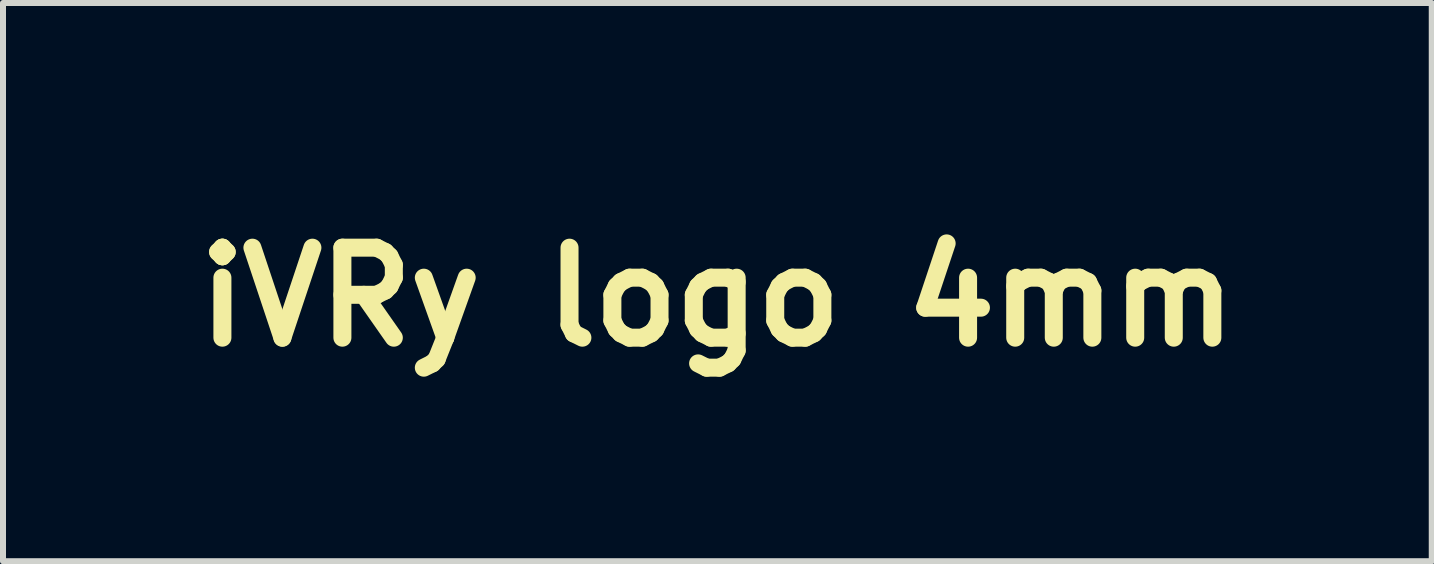
<source format=kicad_pcb>
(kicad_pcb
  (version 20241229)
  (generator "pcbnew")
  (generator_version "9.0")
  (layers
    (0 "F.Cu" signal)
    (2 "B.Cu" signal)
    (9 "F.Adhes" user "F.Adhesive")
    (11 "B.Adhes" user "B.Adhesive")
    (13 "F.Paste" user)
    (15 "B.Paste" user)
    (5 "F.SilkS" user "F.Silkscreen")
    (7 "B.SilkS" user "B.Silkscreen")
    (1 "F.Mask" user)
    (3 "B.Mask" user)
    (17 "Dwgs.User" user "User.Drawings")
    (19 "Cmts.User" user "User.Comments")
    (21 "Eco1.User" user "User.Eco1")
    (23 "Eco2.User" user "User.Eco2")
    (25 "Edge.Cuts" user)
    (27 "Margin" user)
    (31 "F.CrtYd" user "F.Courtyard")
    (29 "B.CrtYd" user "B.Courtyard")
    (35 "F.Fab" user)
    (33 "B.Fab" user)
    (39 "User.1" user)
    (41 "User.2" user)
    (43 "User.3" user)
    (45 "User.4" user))
  (footprint "iVRy logo 4mm"
    (layer "F.Cu")
    (at 8.907 1.9)
    (property "Reference" "iVRy logo 4mm" (at 0 0 0) (layer "F.SilkS") (effects (font (size 1.5 1.5) (thickness 0.3))))
    (attr board_only exclude_from_pos_files exclude_from_bom)
    (fp_poly (pts (xy -1.16 0.615) (xy -1.165 0.62) (xy -1.17 0.615) (xy -1.165 0.61)) (stroke (width 0) (type solid)) (fill yes) (layer "F.Mask"))
    (fp_poly (pts (xy -0.97 0.725) (xy -0.975 0.73) (xy -0.98 0.725) (xy -0.975 0.72)) (stroke (width 0) (type solid)) (fill yes) (layer "F.Mask"))
    (fp_poly (pts (xy -0.94 0.215) (xy -0.945 0.22) (xy -0.95 0.215) (xy -0.945 0.21)) (stroke (width 0) (type solid)) (fill yes) (layer "F.Mask"))
    (fp_poly (pts (xy -0.92 0.185) (xy -0.925 0.19) (xy -0.93 0.185) (xy -0.925 0.18)) (stroke (width 0) (type solid)) (fill yes) (layer "F.Mask"))
    (fp_poly (pts (xy -0.86 0.495) (xy -0.865 0.5) (xy -0.87 0.495) (xy -0.865 0.49)) (stroke (width 0) (type solid)) (fill yes) (layer "F.Mask"))
    (fp_poly (pts (xy -0.84 0.075) (xy -0.845 0.08) (xy -0.85 0.075) (xy -0.845 0.07)) (stroke (width 0) (type solid)) (fill yes) (layer "F.Mask"))
    (fp_poly (pts (xy -0.83 0.055) (xy -0.835 0.06) (xy -0.84 0.055) (xy -0.835 0.05)) (stroke (width 0) (type solid)) (fill yes) (layer "F.Mask"))
    (fp_poly (pts (xy -0.82 0.005) (xy -0.825 0.01) (xy -0.83 0.005) (xy -0.825 0)) (stroke (width 0) (type solid)) (fill yes) (layer "F.Mask"))
    (fp_poly (pts (xy -0.73 -0.155) (xy -0.735 -0.15) (xy -0.74 -0.155) (xy -0.735 -0.16)) (stroke (width 0) (type solid)) (fill yes) (layer "F.Mask"))
    (fp_poly (pts (xy -0.73 -0.115) (xy -0.735 -0.11) (xy -0.74 -0.115) (xy -0.735 -0.12)) (stroke (width 0) (type solid)) (fill yes) (layer "F.Mask"))
    (fp_poly (pts (xy -0.7 0.175) (xy -0.705 0.18) (xy -0.71 0.175) (xy -0.705 0.17)) (stroke (width 0) (type solid)) (fill yes) (layer "F.Mask"))
    (fp_poly (pts (xy -0.69 0.235) (xy -0.695 0.24) (xy -0.7 0.235) (xy -0.695 0.23)) (stroke (width 0) (type solid)) (fill yes) (layer "F.Mask"))
    (fp_poly (pts (xy -0.61 -0.345) (xy -0.615 -0.34) (xy -0.62 -0.345) (xy -0.615 -0.35)) (stroke (width 0) (type solid)) (fill yes) (layer "F.Mask"))
    (fp_poly (pts (xy -0.46 -0.185) (xy -0.465 -0.18) (xy -0.47 -0.185) (xy -0.465 -0.19)) (stroke (width 0) (type solid)) (fill yes) (layer "F.Mask"))
    (fp_poly (pts (xy -0.46 -0.155) (xy -0.465 -0.15) (xy -0.47 -0.155) (xy -0.465 -0.16)) (stroke (width 0) (type solid)) (fill yes) (layer "F.Mask"))
    (fp_poly (pts (xy -0.38 -0.395) (xy -0.385 -0.39) (xy -0.39 -0.395) (xy -0.385 -0.4)) (stroke (width 0) (type solid)) (fill yes) (layer "F.Mask"))
    (fp_poly (pts (xy -0.27 -0.925) (xy -0.275 -0.92) (xy -0.28 -0.925) (xy -0.275 -0.93)) (stroke (width 0) (type solid)) (fill yes) (layer "F.Mask"))
    (fp_poly (pts (xy -0.22 -0.635) (xy -0.225 -0.63) (xy -0.23 -0.635) (xy -0.225 -0.64)) (stroke (width 0) (type solid)) (fill yes) (layer "F.Mask"))
    (fp_poly (pts (xy 1.53 0.875) (xy 1.525 0.88) (xy 1.52 0.875) (xy 1.525 0.87)) (stroke (width 0) (type solid)) (fill yes) (layer "F.Mask"))
    (fp_poly (pts (xy -0.283 -0.895) (xy -0.289 -0.887) (xy -0.297 -0.881) (xy -0.295 -0.891) (xy -0.294 -0.893) (xy -0.286 -0.905) (xy -0.282 -0.905)) (stroke (width 0) (type solid)) (fill yes) (layer "F.Mask"))
    (fp_poly (pts (xy 0.043 -0.192) (xy 0.101 -0.176) (xy 0.155 -0.144) (xy 0.197 -0.102) (xy 0.23 -0.044) (xy 0.245 0.017) (xy 0.244 0.078) (xy 0.228 0.136) (xy 0.199 0.189) (xy 0.157 0.233) (xy 0.104 0.266) (xy 0.042 0.284) (xy 0.023 0.286) (xy -0.04 0.283) (xy -0.079 0.273) (xy -0.136 0.242) (xy -0.183 0.197) (xy -0.215 0.142) (xy -0.233 0.079) (xy -0.233 0.036) (xy -0.104 0.036) (xy -0.098 0.079) (xy -0.095 0.086) (xy -0.07 0.124) (xy -0.035 0.148) (xy 0.005 0.155) (xy 0.046 0.147) (xy 0.082 0.122) (xy 0.108 0.085) (xy 0.116 0.044) (xy 0.107 0.004) (xy 0.082 -0.031) (xy 0.044 -0.056) (xy 0.002 -0.064) (xy -0.037 -0.056) (xy -0.07 -0.034) (xy -0.093 -0.002) (xy -0.104 0.036) (xy -0.233 0.036) (xy -0.233 0.014) (xy -0.231 0.001) (xy -0.21 -0.062) (xy -0.174 -0.114) (xy -0.128 -0.153) (xy -0.075 -0.18) (xy -0.017 -0.193)) (stroke (width 0) (type solid)) (fill yes) (layer "F.Mask"))
    (fp_poly (pts (xy 0.003 -1.898) (xy 0.252 -1.895) (xy 0.308 -1.8) (xy 0.338 -1.748) (xy 0.378 -1.679) (xy 0.427 -1.594) (xy 0.486 -1.493) (xy 0.553 -1.377) (xy 0.628 -1.246) (xy 0.712 -1.101) (xy 0.803 -0.943) (xy 0.901 -0.772) (xy 1.007 -0.589) (xy 1.035 -0.54) (xy 1.134 -0.368) (xy 1.224 -0.212) (xy 1.304 -0.072) (xy 1.376 0.053) (xy 1.44 0.164) (xy 1.497 0.262) (xy 1.546 0.347) (xy 1.588 0.421) (xy 1.624 0.484) (xy 1.655 0.538) (xy 1.68 0.582) (xy 1.701 0.618) (xy 1.717 0.647) (xy 1.729 0.669) (xy 1.738 0.685) (xy 1.744 0.696) (xy 1.748 0.703) (xy 1.749 0.707) (xy 1.75 0.709) (xy 1.745 0.719) (xy 1.731 0.744) (xy 1.711 0.781) (xy 1.684 0.829) (xy 1.652 0.884) (xy 1.626 0.93) (xy 1.503 1.145) (xy 0.002 1.148) (xy -1.499 1.15) (xy -1.514 1.128) (xy -1.533 1.097) (xy -1.557 1.056) (xy -1.562 1.048) (xy -1.447 1.048) (xy -1.444 1.049) (xy -1.434 1.051) (xy -1.414 1.052) (xy -1.386 1.054) (xy -1.347 1.055) (xy -1.298 1.056) (xy -1.237 1.057) (xy -1.163 1.057) (xy -1.075 1.058) (xy -0.974 1.059) (xy -0.857 1.059) (xy -0.725 1.059) (xy -0.576 1.06) (xy -0.409 1.06) (xy -0.224 1.06) (xy -0.02 1.06) (xy -0.001 1.06) (xy 1.45 1.06) (xy 1.475 1.02) (xy 1.49 0.994) (xy 1.501 0.973) (xy 1.502 0.968) (xy 1.509 0.952) (xy 1.511 0.95) (xy 1.519 0.94) (xy 1.534 0.916) (xy 1.553 0.884) (xy 1.559 0.875) (xy 1.599 0.805) (xy 0.301 0.8) (xy -0.997 0.795) (xy -0.955 0.723) (xy -0.863 0.723) (xy -0.853 0.723) (xy -0.824 0.724) (xy -0.778 0.725) (xy -0.717 0.726) (xy -0.641 0.726) (xy -0.553 0.727) (xy -0.453 0.727) (xy -0.344 0.728) (xy -0.226 0.728) (xy -0.102 0.729) (xy 0.028 0.729) (xy 0.162 0.73) (xy 0.299 0.73) (xy 0.437 0.73) (xy 0.574 0.73) (xy 0.71 0.73) (xy 0.842 0.73) (xy 0.97 0.73) (xy 1.091 0.73) (xy 1.205 0.73) (xy 1.31 0.729) (xy 1.404 0.729) (xy 1.486 0.728) (xy 1.555 0.728) (xy 1.609 0.727) (xy 1.647 0.727) (xy 1.667 0.726) (xy 1.67 0.725) (xy 1.665 0.715) (xy 1.652 0.692) (xy 1.634 0.659) (xy 1.621 0.638) (xy 1.61 0.619) (xy 1.589 0.583) (xy 1.56 0.533) (xy 1.523 0.469) (xy 1.479 0.392) (xy 1.428 0.303) (xy 1.371 0.204) (xy 1.309 0.096) (xy 1.242 -0.02) (xy 1.171 -0.142) (xy 1.097 -0.271) (xy 1.021 -0.404) (xy 0.965 -0.5) (xy 0.887 -0.637) (xy 0.81 -0.77) (xy 0.735 -0.899) (xy 0.664 -1.023) (xy 0.596 -1.14) (xy 0.534 -1.249) (xy 0.476 -1.349) (xy 0.424 -1.439) (xy 0.379 -1.517) (xy 0.342 -1.582) (xy 0.312 -1.633) (xy 0.291 -1.668) (xy 0.283 -1.683) (xy 0.208 -1.81) (xy 0.054 -1.81) (xy 0.001 -1.81) (xy -0.044 -1.809) (xy -0.078 -1.808) (xy -0.097 -1.807) (xy -0.1 -1.806) (xy -0.095 -1.797) (xy -0.082 -1.773) (xy -0.062 -1.738) (xy -0.037 -1.694) (xy -0.017 -1.659) (xy 0.012 -1.609) (xy 0.049 -1.546) (xy 0.09 -1.474) (xy 0.134 -1.399) (xy 0.177 -1.324) (xy 0.202 -1.28) (xy 0.247 -1.203) (xy 0.298 -1.114) (xy 0.353 -1.019) (xy 0.407 -0.926) (xy 0.457 -0.838) (xy 0.482 -0.795) (xy 0.523 -0.725) (xy 0.571 -0.641) (xy 0.625 -0.549) (xy 0.68 -0.452) (xy 0.736 -0.355) (xy 0.79 -0.262) (xy 0.82 -0.21) (xy 0.868 -0.127) (xy 0.917 -0.043) (xy 0.965 0.04) (xy 1.01 0.119) (xy 1.05 0.189) (xy 1.084 0.247) (xy 1.106 0.285) (xy 1.2 0.445) (xy 0.243 0.45) (xy -0.714 0.455) (xy -0.791 0.585) (xy -0.817 0.631) (xy -0.839 0.67) (xy -0.855 0.701) (xy -0.863 0.719) (xy -0.863 0.723) (xy -0.955 0.723) (xy -0.927 0.675) (xy -0.9 0.628) (xy -0.876 0.585) (xy -0.856 0.551) (xy -0.843 0.528) (xy -0.841 0.525) (xy -0.828 0.502) (xy -0.809 0.468) (xy -0.787 0.431) (xy -0.784 0.425) (xy -0.742 0.354) (xy -0.692 0.268) (xy -0.637 0.172) (xy -0.577 0.068) (xy -0.564 0.047) (xy -0.49 0.047) (xy -0.483 0.065) (xy -0.465 0.094) (xy -0.437 0.13) (xy -0.402 0.17) (xy -0.364 0.211) (xy -0.334 0.24) (xy -0.252 0.306) (xy -0.168 0.354) (xy -0.082 0.384) (xy 0.004 0.394) (xy 0.09 0.385) (xy 0.142 0.37) (xy 0.222 0.331) (xy 0.302 0.276) (xy 0.38 0.207) (xy 0.451 0.127) (xy 0.466 0.107) (xy 0.51 0.048) (xy 0.478 0.002) (xy 0.456 -0.027) (xy 0.426 -0.064) (xy 0.392 -0.102) (xy 0.381 -0.114) (xy 0.297 -0.191) (xy 0.212 -0.248) (xy 0.126 -0.285) (xy 0.039 -0.302) (xy -0.048 -0.3) (xy -0.135 -0.278) (xy -0.221 -0.236) (xy -0.307 -0.174) (xy -0.33 -0.153) (xy -0.37 -0.114) (xy -0.408 -0.073) (xy -0.441 -0.033) (xy -0.468 0.003) (xy -0.485 0.031) (xy -0.49 0.047) (xy -0.564 0.047) (xy -0.514 -0.04) (xy -0.451 -0.15) (xy -0.422 -0.2) (xy -0.384 -0.267) (xy -0.346 -0.333) (xy -0.311 -0.394) (xy -0.28 -0.447) (xy -0.256 -0.489) (xy -0.243 -0.512) (xy -0.223 -0.549) (xy -0.21 -0.579) (xy -0.205 -0.598) (xy -0.206 -0.601) (xy -0.207 -0.608) (xy -0.202 -0.606) (xy -0.192 -0.611) (xy -0.175 -0.63) (xy -0.156 -0.66) (xy -0.138 -0.691) (xy -0.125 -0.714) (xy -0.12 -0.725) (xy -0.12 -0.725) (xy -0.115 -0.735) (xy -0.102 -0.758) (xy -0.084 -0.788) (xy -0.08 -0.796) (xy -0.039 -0.862) (xy -0.091 -0.953) (xy -0.115 -0.996) (xy -0.138 -1.037) (xy -0.157 -1.069) (xy -0.164 -1.082) (xy -0.178 -1.105) (xy -0.188 -1.119) (xy -0.19 -1.12) (xy -0.197 -1.112) (xy -0.21 -1.091) (xy -0.22 -1.073) (xy -0.236 -1.044) (xy -0.258 -1.004) (xy -0.284 -0.959) (xy -0.301 -0.93) (xy -0.353 -0.841) (xy -0.396 -0.767) (xy -0.431 -0.707) (xy -0.458 -0.66) (xy -0.477 -0.624) (xy -0.491 -0.597) (xy -0.5 -0.579) (xy -0.504 -0.567) (xy -0.505 -0.56) (xy -0.504 -0.558) (xy -0.503 -0.551) (xy -0.507 -0.553) (xy -0.515 -0.55) (xy -0.529 -0.533) (xy -0.549 -0.501) (xy -0.577 -0.454) (xy -0.609 -0.397) (xy -0.627 -0.366) (xy -0.645 -0.337) (xy -0.648 -0.332) (xy -0.656 -0.317) (xy -0.654 -0.313) (xy -0.653 -0.313) (xy -0.644 -0.315) (xy -0.646 -0.306) (xy -0.655 -0.295) (xy -0.66 -0.295) (xy -0.669 -0.29) (xy -0.684 -0.273) (xy -0.69 -0.262) (xy -0.71 -0.229) (xy -0.738 -0.181) (xy -0.773 -0.121) (xy -0.813 -0.052) (xy -0.856 0.024) (xy -0.902 0.104) (xy -0.949 0.185) (xy -0.995 0.264) (xy -1.03 0.325) (xy -1.1 0.448) (xy -1.162 0.556) (xy -1.215 0.648) (xy -1.259 0.724) (xy -1.294 0.783) (xy -1.319 0.827) (xy -1.335 0.853) (xy -1.34 0.86) (xy -1.36 0.892) (xy -1.38 0.929) (xy -1.399 0.965) (xy -1.414 0.998) (xy -1.423 1.021) (xy -1.424 1.031) (xy -1.426 1.038) (xy -1.431 1.038) (xy -1.444 1.043) (xy -1.447 1.048) (xy -1.562 1.048) (xy -1.585 1.008) (xy -1.615 0.955) (xy -1.646 0.901) (xy -1.676 0.848) (xy -1.702 0.8) (xy -1.725 0.76) (xy -1.741 0.729) (xy -1.748 0.715) (xy -1.658 0.715) (xy -1.658 0.715) (xy -1.651 0.731) (xy -1.637 0.759) (xy -1.617 0.794) (xy -1.593 0.834) (xy -1.569 0.874) (xy -1.546 0.911) (xy -1.527 0.941) (xy -1.513 0.961) (xy -1.507 0.967) (xy -1.499 0.958) (xy -1.484 0.934) (xy -1.461 0.899) (xy -1.434 0.854) (xy -1.404 0.802) (xy -1.403 0.8) (xy -1.383 0.766) (xy -1.355 0.716) (xy -1.318 0.653) (xy -1.274 0.576) (xy -1.223 0.489) (xy -1.168 0.393) (xy -1.108 0.289) (xy -1.044 0.179) (xy -0.978 0.065) (xy -0.91 -0.052) (xy -0.865 -0.13) (xy -0.77 -0.294) (xy -0.685 -0.441) (xy -0.609 -0.573) (xy -0.541 -0.689) (xy -0.482 -0.793) (xy -0.429 -0.883) (xy -0.384 -0.961) (xy -0.345 -1.028) (xy -0.312 -1.084) (xy -0.285 -1.131) (xy -0.262 -1.169) (xy -0.244 -1.2) (xy -0.23 -1.224) (xy -0.219 -1.241) (xy -0.211 -1.254) (xy -0.206 -1.262) (xy -0.202 -1.267) (xy -0.2 -1.269) (xy -0.199 -1.27) (xy -0.195 -1.266) (xy -0.187 -1.253) (xy -0.173 -1.23) (xy -0.154 -1.198) (xy -0.128 -1.155) (xy -0.097 -1.101) (xy -0.058 -1.035) (xy -0.012 -0.957) (xy 0.041 -0.865) (xy 0.102 -0.76) (xy 0.171 -0.641) (xy 0.248 -0.507) (xy 0.335 -0.357) (xy 0.43 -0.191) (xy 0.536 -0.009) (xy 0.538 -0.005) (xy 0.757 0.375) (xy 0.913 0.378) (xy 0.967 0.378) (xy 1.012 0.378) (xy 1.047 0.378) (xy 1.067 0.377) (xy 1.07 0.376) (xy 1.065 0.366) (xy 1.051 0.342) (xy 1.029 0.303) (xy 1.001 0.252) (xy 0.966 0.191) (xy 0.926 0.122) (xy 0.882 0.046) (xy 0.849 -0.012) (xy 0.798 -0.099) (xy 0.747 -0.188) (xy 0.697 -0.275) (xy 0.649 -0.357) (xy 0.606 -0.431) (xy 0.569 -0.495) (xy 0.54 -0.546) (xy 0.532 -0.56) (xy 0.505 -0.608) (xy 0.468 -0.671) (xy 0.425 -0.746) (xy 0.376 -0.831) (xy 0.322 -0.924) (xy 0.265 -1.023) (xy 0.206 -1.124) (xy 0.147 -1.226) (xy 0.089 -1.327) (xy 0.034 -1.422) (xy -0.018 -1.512) (xy -0.064 -1.592) (xy -0.098 -1.65) (xy -0.127 -1.7) (xy -0.154 -1.743) (xy -0.176 -1.777) (xy -0.191 -1.798) (xy -0.198 -1.805) (xy -0.201 -1.802) (xy -0.207 -1.794) (xy -0.217 -1.78) (xy -0.23 -1.758) (xy -0.248 -1.729) (xy -0.271 -1.692) (xy -0.298 -1.646) (xy -0.331 -1.59) (xy -0.37 -1.524) (xy -0.415 -1.447) (xy -0.466 -1.359) (xy -0.525 -1.258) (xy -0.591 -1.145) (xy -0.664 -1.018) (xy -0.746 -0.877) (xy -0.837 -0.721) (xy -0.936 -0.549) (xy -1.044 -0.362) (xy -1.135 -0.205) (xy -1.19 -0.11) (xy -1.247 -0.011) (xy -1.304 0.088) (xy -1.36 0.185) (xy -1.413 0.275) (xy -1.46 0.357) (xy -1.5 0.427) (xy -1.522 0.464) (xy -1.558 0.527) (xy -1.591 0.585) (xy -1.618 0.635) (xy -1.639 0.675) (xy -1.653 0.702) (xy -1.658 0.715) (xy -1.748 0.715) (xy -1.749 0.712) (xy -1.75 0.709) (xy -1.745 0.697) (xy -1.732 0.671) (xy -1.711 0.632) (xy -1.684 0.585) (xy -1.653 0.531) (xy -1.641 0.511) (xy -1.612 0.461) (xy -1.575 0.397) (xy -1.532 0.322) (xy -1.483 0.239) (xy -1.432 0.15) (xy -1.379 0.058) (xy -1.326 -0.032) (xy -1.305 -0.07) (xy -1.251 -0.163) (xy -1.189 -0.27) (xy -1.122 -0.386) (xy -1.052 -0.507) (xy -0.981 -0.629) (xy -0.912 -0.748) (xy -0.847 -0.861) (xy -0.81 -0.925) (xy -0.753 -1.024) (xy -0.694 -1.126) (xy -0.634 -1.229) (xy -0.576 -1.329) (xy -0.521 -1.424) (xy -0.471 -1.511) (xy -0.428 -1.586) (xy -0.395 -1.643) (xy -0.247 -1.9)) (stroke (width 0) (type solid)) (fill yes) (layer "F.Mask")))
  (gr_rect
    (start -3 -3)
    (end 20.814 6.304)
    (stroke (width 0.1) (type default))
    (fill no)
    (layer "Edge.Cuts")))
</source>
